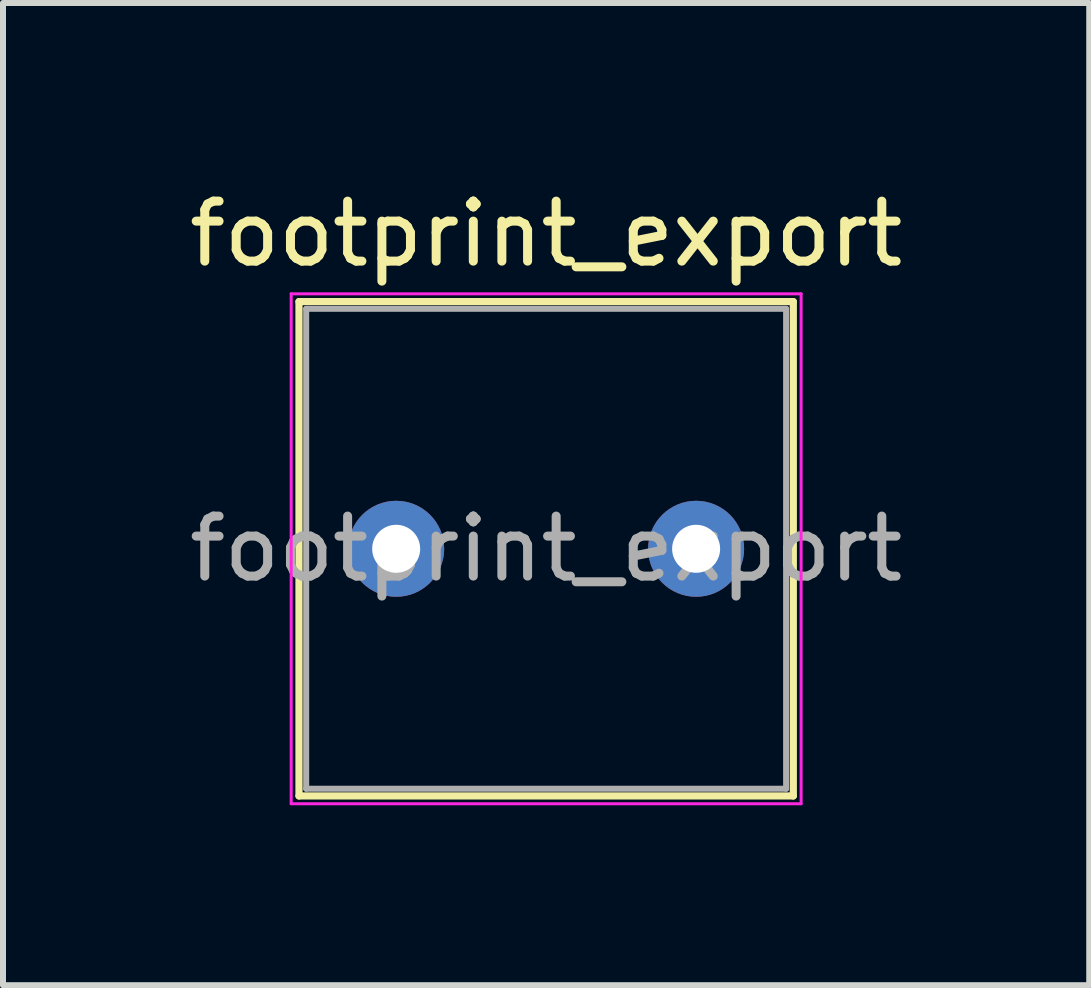
<source format=kicad_pcb>
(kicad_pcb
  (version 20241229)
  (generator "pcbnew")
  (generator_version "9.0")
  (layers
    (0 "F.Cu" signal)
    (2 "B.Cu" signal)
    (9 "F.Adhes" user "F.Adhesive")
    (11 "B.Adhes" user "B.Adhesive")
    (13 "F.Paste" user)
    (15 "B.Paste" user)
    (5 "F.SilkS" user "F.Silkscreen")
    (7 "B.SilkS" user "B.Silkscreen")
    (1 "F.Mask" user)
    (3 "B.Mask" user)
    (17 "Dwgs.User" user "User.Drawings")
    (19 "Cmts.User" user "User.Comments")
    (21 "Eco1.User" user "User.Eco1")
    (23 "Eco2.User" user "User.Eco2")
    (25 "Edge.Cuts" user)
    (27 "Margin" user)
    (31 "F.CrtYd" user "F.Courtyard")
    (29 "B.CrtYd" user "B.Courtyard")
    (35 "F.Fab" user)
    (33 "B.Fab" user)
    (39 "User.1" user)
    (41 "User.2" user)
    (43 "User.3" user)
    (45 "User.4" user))
  (footprint "footprint_export"
    (layer "F.Cu")
    (at 3.554 6.098)
    (property "Reference" "footprint_export" (at 2.5 -5.25 0) (layer "F.SilkS") (effects (font (size 1 1) (thickness 0.15))))
    (attr through_hole)
    (fp_line (start -1.62 -4.12) (end -1.62 4.12) (stroke (width 0.12) (type solid)) (layer "F.SilkS"))
    (fp_line (start -1.62 -4.12) (end 6.62 -4.12) (stroke (width 0.12) (type solid)) (layer "F.SilkS"))
    (fp_line (start -1.62 4.12) (end 6.62 4.12) (stroke (width 0.12) (type solid)) (layer "F.SilkS"))
    (fp_line (start 6.62 -4.12) (end 6.62 4.12) (stroke (width 0.12) (type solid)) (layer "F.SilkS"))
    (fp_line (start -1.75 -4.25) (end -1.75 4.25) (stroke (width 0.05) (type solid)) (layer "F.CrtYd"))
    (fp_line (start -1.75 4.25) (end 6.75 4.25) (stroke (width 0.05) (type solid)) (layer "F.CrtYd"))
    (fp_line (start 6.75 -4.25) (end -1.75 -4.25) (stroke (width 0.05) (type solid)) (layer "F.CrtYd"))
    (fp_line (start 6.75 4.25) (end 6.75 -4.25) (stroke (width 0.05) (type solid)) (layer "F.CrtYd"))
    (fp_line (start -1.5 -4) (end -1.5 4) (stroke (width 0.1) (type solid)) (layer "F.Fab"))
    (fp_line (start -1.5 4) (end 6.5 4) (stroke (width 0.1) (type solid)) (layer "F.Fab"))
    (fp_line (start 6.5 -4) (end -1.5 -4) (stroke (width 0.1) (type solid)) (layer "F.Fab"))
    (fp_line (start 6.5 4) (end 6.5 -4) (stroke (width 0.1) (type solid)) (layer "F.Fab"))
    (fp_text user "${REFERENCE}" (at 2.5 0 0) (layer "F.Fab") (effects (font (size 1 1) (thickness 0.15))))
    (pad "1" thru_hole circle (at 0 0) (size 1.6 1.6) (drill 0.8) (layers "*.Cu" "*.Mask"))
    (pad "2" thru_hole circle (at 5 0) (size 1.6 1.6) (drill 0.8) (layers "*.Cu" "*.Mask")))
  (gr_rect
    (start -3 -3)
    (end 15.107 13.373)
    (stroke (width 0.1) (type default))
    (fill no)
    (layer "Edge.Cuts")))
</source>
